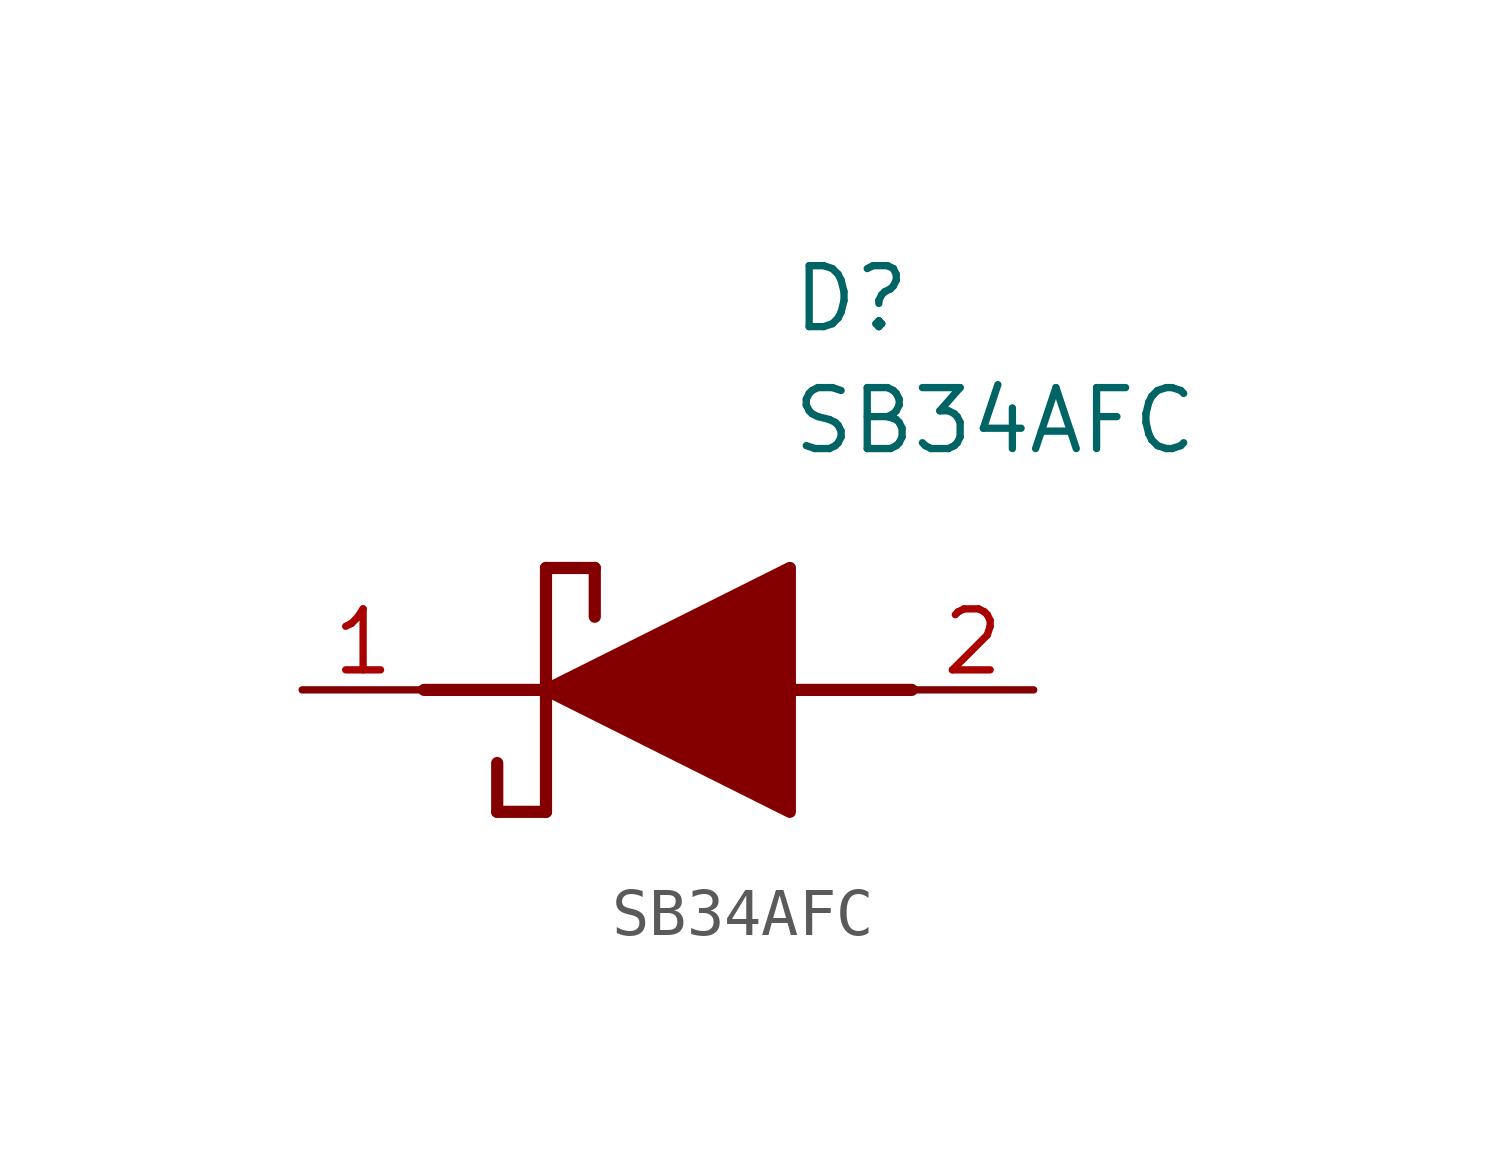
<source format=kicad_sym>
(kicad_symbol_lib
  (version 20211014)
  (generator SamacSys_ECAD_Model)
  (symbol "SB34AFC"
    (pin_names hide)
    (property "Reference" "D"
      (at 12.7 8.89 0)
      (effects (font (size 1.27 1.27)) (justify left top)))
    (property "Value" "SB34AFC"
      (at 12.7 6.35 0)
      (effects (font (size 1.27 1.27)) (justify left top)))
    (polyline
      (pts (xy 7.62 2.54) (xy 7.62 -2.54))
      (stroke (width 0.254) (type default))
      (fill (type none)))
    (polyline
      (pts (xy 7.62 2.54) (xy 8.636 2.54))
      (stroke (width 0.254) (type default))
      (fill (type none)))
    (polyline
      (pts (xy 8.636 1.524) (xy 8.636 2.54))
      (stroke (width 0.254) (type default))
      (fill (type none)))
    (polyline
      (pts (xy 7.62 -2.54) (xy 6.604 -2.54))
      (stroke (width 0.254) (type default))
      (fill (type none)))
    (polyline
      (pts (xy 6.604 -1.524) (xy 6.604 -2.54))
      (stroke (width 0.254) (type default))
      (fill (type none)))
    (polyline
      (pts (xy 5.08 0) (xy 7.62 0))
      (stroke (width 0.254) (type default))
      (fill (type none)))
    (polyline
      (pts (xy 12.7 0) (xy 15.24 0))
      (stroke (width 0.254) (type default))
      (fill (type none)))
    (polyline
      (pts (xy 7.62 0) (xy 12.7 2.54) (xy 12.7 -2.54) (xy 7.62 0))
      (stroke (width 0.254) (type default))
      (fill (type outline)))
    (pin passive line
      (at 2.54 0 0)
      (length 2.54)
      (name "K" (effects (font (size 1.27 1.27))))
      (number "1" (effects (font (size 1.27 1.27)))))
    (pin passive line
      (at 17.78 0 180)
      (length 2.54)
      (name "A" (effects (font (size 1.27 1.27))))
      (number "2" (effects (font (size 1.27 1.27)))))))
</source>
